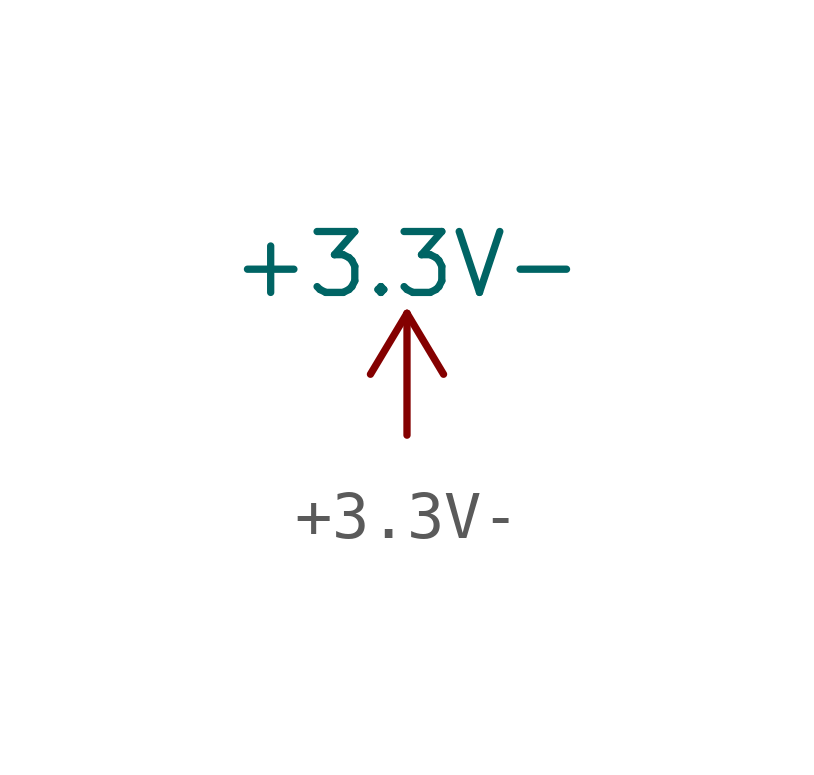
<source format=kicad_sym>
(kicad_symbol_lib
  (version 20231120)
  (generator "kicad_symbol_editor")
  (generator_version "8.0")
  (symbol "+3.3V-"
    (power)
    (pin_names
      (offset 0))
    (property "Reference" "#PWR"
      (at 0 -3.81 0)
      (effects (font (size 1.27 1.27)) (hide yes)))
    (property "Value" "+3.3V-"
      (at 0 3.556 0)
      (effects (font (size 1.27 1.27))))
    (symbol "+3.3V-_0_1"
      (polyline (pts (xy -0.762 1.27) (xy 0 2.54)) (stroke (width 0) (type solid)) (fill (type none)))
      (polyline (pts (xy 0 0) (xy 0 2.54)) (stroke (width 0) (type solid)) (fill (type none)))
      (polyline (pts (xy 0 2.54) (xy 0.762 1.27)) (stroke (width 0) (type solid)) (fill (type none))))
    (symbol "+3.3V-_1_1"
      (pin power_in line (at 0 0 90) (length 0) hide (name "+3V3" (effects (font (size 1.27 1.27)))) (number "1" (effects (font (size 1.27 1.27))))))))
</source>
